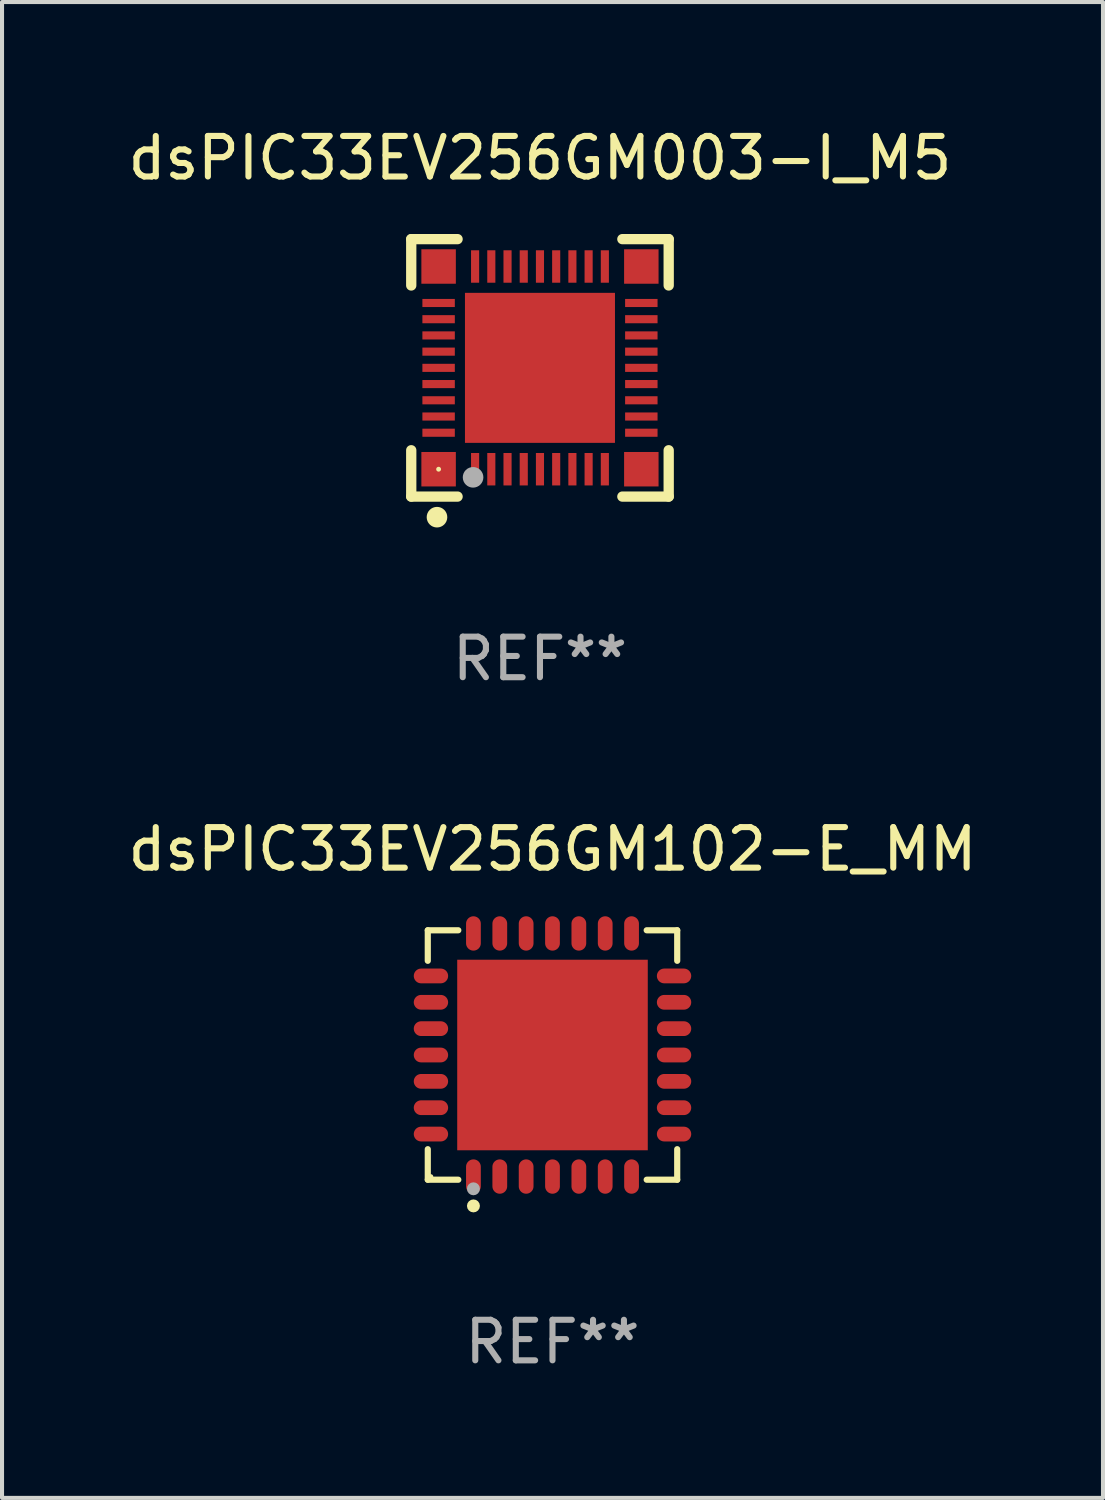
<source format=kicad_pcb>
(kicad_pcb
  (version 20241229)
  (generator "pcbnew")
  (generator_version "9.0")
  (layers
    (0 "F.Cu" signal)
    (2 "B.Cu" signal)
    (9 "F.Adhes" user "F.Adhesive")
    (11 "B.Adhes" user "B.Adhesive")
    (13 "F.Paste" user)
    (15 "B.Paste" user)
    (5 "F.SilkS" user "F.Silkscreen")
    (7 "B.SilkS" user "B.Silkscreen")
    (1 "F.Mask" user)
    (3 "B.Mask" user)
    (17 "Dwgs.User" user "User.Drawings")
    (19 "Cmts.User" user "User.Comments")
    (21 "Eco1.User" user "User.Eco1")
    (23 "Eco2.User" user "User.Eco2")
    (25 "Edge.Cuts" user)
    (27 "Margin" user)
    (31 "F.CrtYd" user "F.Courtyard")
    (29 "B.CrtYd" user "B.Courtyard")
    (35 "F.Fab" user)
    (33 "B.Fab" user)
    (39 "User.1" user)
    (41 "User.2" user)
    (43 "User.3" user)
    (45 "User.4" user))
  (footprint "dsPIC33EV256GM102-E_MM"
    (layer "F.Cu")
    (at 10.577 22.971)
    (property "Reference" "dsPIC33EV256GM102-E_MM" (at 0 -5.076 0) (layer "F.SilkS") (effects (font (size 1 1) (thickness 0.15))))
    (attr through_hole)
    (fp_line (start -3.076 -3.076) (end -2.323 -3.076) (stroke (width 0.152) (type solid)) (layer "F.SilkS"))
    (fp_line (start -3.076 -2.323) (end -3.076 -3.076) (stroke (width 0.152) (type solid)) (layer "F.SilkS"))
    (fp_line (start -3.076 2.323) (end -3.076 3.076) (stroke (width 0.152) (type solid)) (layer "F.SilkS"))
    (fp_line (start -3.076 3.076) (end -2.323 3.076) (stroke (width 0.152) (type solid)) (layer "F.SilkS"))
    (fp_line (start 3.076 -3.076) (end 2.323 -3.076) (stroke (width 0.152) (type solid)) (layer "F.SilkS"))
    (fp_line (start 3.076 -2.323) (end 3.076 -3.076) (stroke (width 0.152) (type solid)) (layer "F.SilkS"))
    (fp_line (start 3.076 2.323) (end 3.076 3.076) (stroke (width 0.152) (type solid)) (layer "F.SilkS"))
    (fp_line (start 3.076 3.076) (end 2.323 3.076) (stroke (width 0.152) (type solid)) (layer "F.SilkS"))
    (fp_circle (center -3 3) (end -2.97 3) (stroke (width 0.06) (type solid)) (fill no) (layer "F.SilkS"))
    (fp_circle (center -1.95 3.722) (end -1.87 3.722) (stroke (width 0.16) (type solid)) (fill no) (layer "F.SilkS"))
    (fp_circle (center -1.95 3.3) (end -1.87 3.3) (stroke (width 0.16) (type solid)) (fill no) (layer "F.Fab"))
    (fp_text user "REF**" (at 0 7.076 0) (layer "F.Fab") (effects (font (size 1 1) (thickness 0.15))))
    (pad "1" smd oval (at -1.95 2.998) (size 0.364 0.847) (layers "F.Cu" "F.Mask" "F.Paste"))
    (pad "2" smd oval (at -1.3 2.998) (size 0.364 0.847) (layers "F.Cu" "F.Mask" "F.Paste"))
    (pad "3" smd oval (at -0.65 2.998) (size 0.364 0.847) (layers "F.Cu" "F.Mask" "F.Paste"))
    (pad "4" smd oval (at 0 2.998) (size 0.364 0.847) (layers "F.Cu" "F.Mask" "F.Paste"))
    (pad "5" smd oval (at 0.65 2.998) (size 0.364 0.847) (layers "F.Cu" "F.Mask" "F.Paste"))
    (pad "6" smd oval (at 1.3 2.998) (size 0.364 0.847) (layers "F.Cu" "F.Mask" "F.Paste"))
    (pad "7" smd oval (at 1.95 2.998) (size 0.364 0.847) (layers "F.Cu" "F.Mask" "F.Paste"))
    (pad "8" smd oval (at 2.998 1.95) (size 0.847 0.364) (layers "F.Cu" "F.Mask" "F.Paste"))
    (pad "9" smd oval (at 2.998 1.3) (size 0.847 0.364) (layers "F.Cu" "F.Mask" "F.Paste"))
    (pad "10" smd oval (at 2.998 0.65) (size 0.847 0.364) (layers "F.Cu" "F.Mask" "F.Paste"))
    (pad "11" smd oval (at 2.998 0) (size 0.847 0.364) (layers "F.Cu" "F.Mask" "F.Paste"))
    (pad "12" smd oval (at 2.998 -0.65) (size 0.847 0.364) (layers "F.Cu" "F.Mask" "F.Paste"))
    (pad "13" smd oval (at 2.998 -1.3) (size 0.847 0.364) (layers "F.Cu" "F.Mask" "F.Paste"))
    (pad "14" smd oval (at 2.998 -1.95) (size 0.847 0.364) (layers "F.Cu" "F.Mask" "F.Paste"))
    (pad "15" smd oval (at 1.95 -2.998) (size 0.364 0.847) (layers "F.Cu" "F.Mask" "F.Paste"))
    (pad "16" smd oval (at 1.3 -2.998) (size 0.364 0.847) (layers "F.Cu" "F.Mask" "F.Paste"))
    (pad "17" smd oval (at 0.65 -2.998) (size 0.364 0.847) (layers "F.Cu" "F.Mask" "F.Paste"))
    (pad "18" smd oval (at 0 -2.998) (size 0.364 0.847) (layers "F.Cu" "F.Mask" "F.Paste"))
    (pad "19" smd oval (at -0.65 -2.998) (size 0.364 0.847) (layers "F.Cu" "F.Mask" "F.Paste"))
    (pad "20" smd oval (at -1.3 -2.998) (size 0.364 0.847) (layers "F.Cu" "F.Mask" "F.Paste"))
    (pad "21" smd oval (at -1.95 -2.998) (size 0.364 0.847) (layers "F.Cu" "F.Mask" "F.Paste"))
    (pad "22" smd oval (at -2.998 -1.95) (size 0.847 0.364) (layers "F.Cu" "F.Mask" "F.Paste"))
    (pad "23" smd oval (at -2.998 -1.3) (size 0.847 0.364) (layers "F.Cu" "F.Mask" "F.Paste"))
    (pad "24" smd oval (at -2.998 -0.65) (size 0.847 0.364) (layers "F.Cu" "F.Mask" "F.Paste"))
    (pad "25" smd oval (at -2.998 0) (size 0.847 0.364) (layers "F.Cu" "F.Mask" "F.Paste"))
    (pad "26" smd oval (at -2.998 0.65) (size 0.847 0.364) (layers "F.Cu" "F.Mask" "F.Paste"))
    (pad "27" smd oval (at -2.998 1.3) (size 0.847 0.364) (layers "F.Cu" "F.Mask" "F.Paste"))
    (pad "28" smd oval (at -2.998 1.95) (size 0.847 0.364) (layers "F.Cu" "F.Mask" "F.Paste"))
    (pad "29" smd rect (at 0 0) (size 4.7 4.7) (layers "F.Cu" "F.Mask" "F.Paste")))
  (footprint "dsPIC33EV256GM003-I_M5"
    (layer "F.Cu")
    (at 10.268 6.023)
    (property "Reference" "dsPIC33EV256GM003-I_M5" (at 0 -5.175 0) (layer "F.SilkS") (effects (font (size 1 1) (thickness 0.15))))
    (attr through_hole)
    (fp_line (start -3.175 -3.175) (end -2.032 -3.175) (stroke (width 0.254) (type solid)) (layer "F.SilkS"))
    (fp_line (start -3.175 -2.032) (end -3.175 -3.175) (stroke (width 0.254) (type solid)) (layer "F.SilkS"))
    (fp_line (start -3.175 3.175) (end -3.175 2.032) (stroke (width 0.254) (type solid)) (layer "F.SilkS"))
    (fp_line (start -2.032 3.175) (end -3.175 3.175) (stroke (width 0.254) (type solid)) (layer "F.SilkS"))
    (fp_line (start 2.032 -3.175) (end 3.175 -3.175) (stroke (width 0.254) (type solid)) (layer "F.SilkS"))
    (fp_line (start 3.175 -3.175) (end 3.175 -2.032) (stroke (width 0.254) (type solid)) (layer "F.SilkS"))
    (fp_line (start 3.175 2.032) (end 3.175 3.175) (stroke (width 0.254) (type solid)) (layer "F.SilkS"))
    (fp_line (start 3.175 3.175) (end 2.032 3.175) (stroke (width 0.254) (type solid)) (layer "F.SilkS"))
    (fp_circle (center -2.54 3.683) (end -2.413 3.683) (stroke (width 0.254) (type solid)) (fill no) (layer "F.SilkS"))
    (fp_circle (center -2.5 2.5) (end -2.47 2.5) (stroke (width 0.06) (type solid)) (fill no) (layer "F.SilkS"))
    (fp_circle (center -1.65 2.7) (end -1.523 2.7) (stroke (width 0.254) (type solid)) (fill no) (layer "F.Fab"))
    (fp_text user "REF**" (at 0 7.175 0) (layer "F.Fab") (effects (font (size 1 1) (thickness 0.15))))
    (pad "1" smd rect (at -1.6 2.5) (size 0.2 0.8) (layers "F.Cu" "F.Mask" "F.Paste"))
    (pad "2" smd rect (at -1.2 2.5) (size 0.2 0.8) (layers "F.Cu" "F.Mask" "F.Paste"))
    (pad "3" smd rect (at -0.8 2.5) (size 0.2 0.8) (layers "F.Cu" "F.Mask" "F.Paste"))
    (pad "4" smd rect (at -0.4 2.5) (size 0.2 0.8) (layers "F.Cu" "F.Mask" "F.Paste"))
    (pad "5" smd rect (at -0.000051 2.5) (size 0.2 0.8) (layers "F.Cu" "F.Mask" "F.Paste"))
    (pad "6" smd rect (at 0.4 2.5) (size 0.2 0.8) (layers "F.Cu" "F.Mask" "F.Paste"))
    (pad "7" smd rect (at 0.8 2.5) (size 0.2 0.8) (layers "F.Cu" "F.Mask" "F.Paste"))
    (pad "8" smd rect (at 1.2 2.5) (size 0.2 0.8) (layers "F.Cu" "F.Mask" "F.Paste"))
    (pad "9" smd rect (at 1.6 2.5) (size 0.2 0.8) (layers "F.Cu" "F.Mask" "F.Paste"))
    (pad "10" smd rect (at 2.5 1.6 90) (size 0.2 0.8) (layers "F.Cu" "F.Mask" "F.Paste"))
    (pad "11" smd rect (at 2.5 1.2 90) (size 0.2 0.8) (layers "F.Cu" "F.Mask" "F.Paste"))
    (pad "12" smd rect (at 2.5 0.8 90) (size 0.2 0.8) (layers "F.Cu" "F.Mask" "F.Paste"))
    (pad "13" smd rect (at 2.5 0.4 90) (size 0.2 0.8) (layers "F.Cu" "F.Mask" "F.Paste"))
    (pad "14" smd rect (at 2.5 -0.000051 90) (size 0.2 0.8) (layers "F.Cu" "F.Mask" "F.Paste"))
    (pad "15" smd rect (at 2.5 -0.4 90) (size 0.2 0.8) (layers "F.Cu" "F.Mask" "F.Paste"))
    (pad "16" smd rect (at 2.5 -0.8 90) (size 0.2 0.8) (layers "F.Cu" "F.Mask" "F.Paste"))
    (pad "17" smd rect (at 2.5 -1.2 90) (size 0.2 0.8) (layers "F.Cu" "F.Mask" "F.Paste"))
    (pad "18" smd rect (at 2.5 -1.6 90) (size 0.2 0.8) (layers "F.Cu" "F.Mask" "F.Paste"))
    (pad "19" smd rect (at 1.6 -2.5 180) (size 0.2 0.8) (layers "F.Cu" "F.Mask" "F.Paste"))
    (pad "20" smd rect (at 1.2 -2.5 180) (size 0.2 0.8) (layers "F.Cu" "F.Mask" "F.Paste"))
    (pad "21" smd rect (at 0.8 -2.5 180) (size 0.2 0.8) (layers "F.Cu" "F.Mask" "F.Paste"))
    (pad "22" smd rect (at 0.4 -2.5 180) (size 0.2 0.8) (layers "F.Cu" "F.Mask" "F.Paste"))
    (pad "23" smd rect (at -0.000051 -2.5 180) (size 0.2 0.8) (layers "F.Cu" "F.Mask" "F.Paste"))
    (pad "24" smd rect (at -0.4 -2.5 180) (size 0.2 0.8) (layers "F.Cu" "F.Mask" "F.Paste"))
    (pad "25" smd rect (at -0.8 -2.5 180) (size 0.2 0.8) (layers "F.Cu" "F.Mask" "F.Paste"))
    (pad "26" smd rect (at -1.2 -2.5 180) (size 0.2 0.8) (layers "F.Cu" "F.Mask" "F.Paste"))
    (pad "27" smd rect (at -1.6 -2.5 180) (size 0.2 0.8) (layers "F.Cu" "F.Mask" "F.Paste"))
    (pad "28" smd rect (at -2.5 -1.6 270) (size 0.2 0.8) (layers "F.Cu" "F.Mask" "F.Paste"))
    (pad "29" smd rect (at -2.5 -1.2 270) (size 0.2 0.8) (layers "F.Cu" "F.Mask" "F.Paste"))
    (pad "30" smd rect (at -2.5 -0.8 270) (size 0.2 0.8) (layers "F.Cu" "F.Mask" "F.Paste"))
    (pad "31" smd rect (at -2.5 -0.4 270) (size 0.2 0.8) (layers "F.Cu" "F.Mask" "F.Paste"))
    (pad "32" smd rect (at -2.5 -0.000051 270) (size 0.2 0.8) (layers "F.Cu" "F.Mask" "F.Paste"))
    (pad "33" smd rect (at -2.5 0.4 270) (size 0.2 0.8) (layers "F.Cu" "F.Mask" "F.Paste"))
    (pad "34" smd rect (at -2.5 0.8 270) (size 0.2 0.8) (layers "F.Cu" "F.Mask" "F.Paste"))
    (pad "35" smd rect (at -2.5 1.2 270) (size 0.2 0.8) (layers "F.Cu" "F.Mask" "F.Paste"))
    (pad "36" smd rect (at -2.5 1.6 270) (size 0.2 0.8) (layers "F.Cu" "F.Mask" "F.Paste"))
    (pad "37" smd rect (at -2.5 -2.5) (size 0.85 0.85) (layers "F.Cu" "F.Mask" "F.Paste"))
    (pad "37" smd rect (at -2.5 2.5) (size 0.85 0.85) (layers "F.Cu" "F.Mask" "F.Paste"))
    (pad "37" smd rect (at -0.000051 -0.000051) (size 3.7 3.7) (layers "F.Cu" "F.Mask" "F.Paste"))
    (pad "37" smd rect (at 2.5 -2.5) (size 0.85 0.85) (layers "F.Cu" "F.Mask" "F.Paste"))
    (pad "37" smd rect (at 2.5 2.5) (size 0.85 0.85) (layers "F.Cu" "F.Mask" "F.Paste")))
  (gr_rect
    (start -3 -3)
    (end 24.155 33.895)
    (stroke (width 0.1) (type default))
    (fill no)
    (layer "Edge.Cuts")))
</source>
